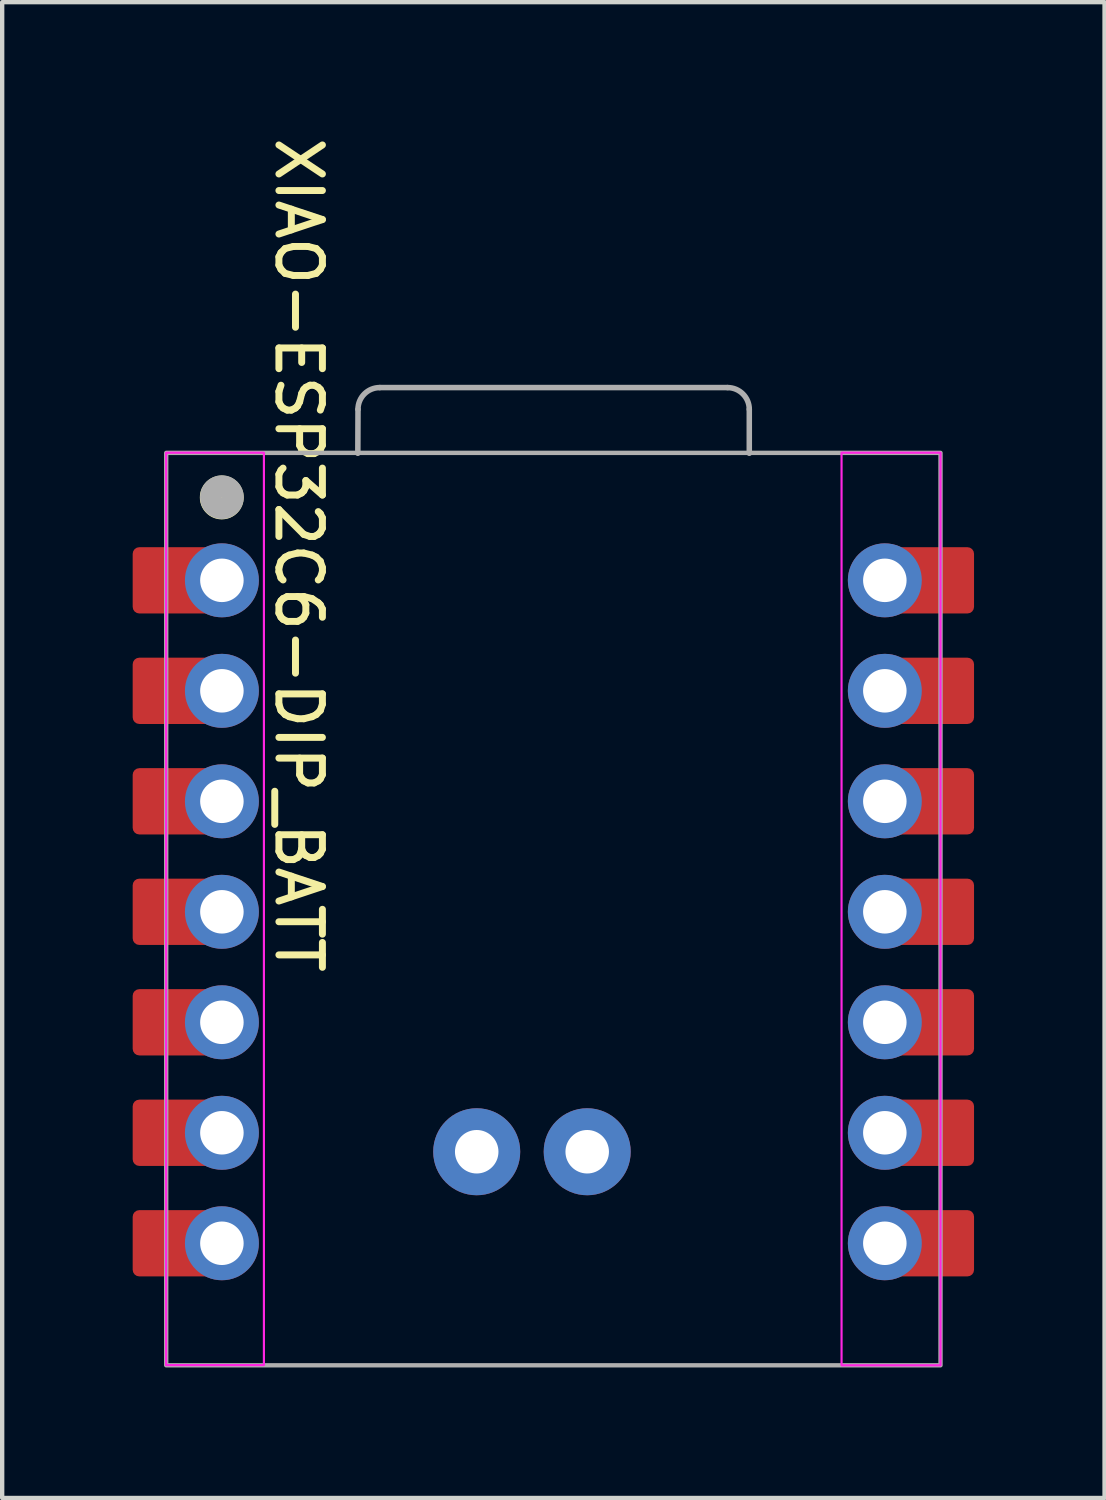
<source format=kicad_pcb>
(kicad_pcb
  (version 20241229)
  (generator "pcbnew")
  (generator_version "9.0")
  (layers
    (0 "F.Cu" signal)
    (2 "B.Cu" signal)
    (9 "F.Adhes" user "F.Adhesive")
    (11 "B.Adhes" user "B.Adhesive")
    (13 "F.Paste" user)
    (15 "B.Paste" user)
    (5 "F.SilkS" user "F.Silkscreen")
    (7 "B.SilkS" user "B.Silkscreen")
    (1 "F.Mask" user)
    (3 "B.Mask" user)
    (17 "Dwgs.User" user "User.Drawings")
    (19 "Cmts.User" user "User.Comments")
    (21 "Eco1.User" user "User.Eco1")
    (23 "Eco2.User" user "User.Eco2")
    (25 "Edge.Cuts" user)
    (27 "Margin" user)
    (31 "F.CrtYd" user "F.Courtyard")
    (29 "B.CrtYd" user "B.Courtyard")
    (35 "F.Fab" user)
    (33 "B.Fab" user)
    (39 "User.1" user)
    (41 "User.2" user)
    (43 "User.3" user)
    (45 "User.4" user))
  (footprint "XIAO-ESP32C6-DIP_BATT"
    (layer "F.Cu")
    (at 9.716 17.911)
    (property "Reference" "XIAO-ESP32C6-DIP_BATT" (at -5.9 -8.2 270) (unlocked yes) (layer "F.SilkS") (effects (font (size 1 1) (thickness 0.16))))
    (attr smd)
    (fp_circle (center -7.668 -9.525) (end -7.668 -9.779) (stroke (width 0.5) (type solid)) (fill yes) (layer "F.SilkS"))
    (fp_rect (start -8.947 -10.554) (end -6.699 10.421) (stroke (width 0.05) (type default)) (fill no) (layer "F.CrtYd"))
    (fp_rect (start 6.58 -10.554) (end 8.855 10.425) (stroke (width 0.05) (type default)) (fill no) (layer "F.CrtYd"))
    (fp_line (start -4.54 -10.541) (end -4.536 -11.551) (stroke (width 0.127) (type solid)) (layer "F.Fab"))
    (fp_line (start -4.036 -12.051) (end 3.959 -12.051) (stroke (width 0.127) (type solid)) (layer "F.Fab"))
    (fp_line (start 4.459 -11.551) (end 4.459 -10.541) (stroke (width 0.127) (type solid)) (layer "F.Fab"))
    (fp_rect (start -8.945 -10.55) (end 8.855 10.425) (stroke (width 0.1) (type default)) (fill no) (layer "F.Fab"))
    (fp_arc (start -4.536272 -11.551272) (mid -4.389728 -11.90464) (end -4.036272 -12.051) (stroke (width 0.127) (type solid)) (layer "F.Fab"))
    (fp_arc (start 3.959 -12.051) (mid 4.312553 -11.904553) (end 4.459 -11.551) (stroke (width 0.127) (type solid)) (layer "F.Fab"))
    (fp_circle (center -7.665 -9.531) (end -7.665 -9.785) (stroke (width 0.5) (type solid)) (fill no) (layer "F.Fab"))
    (pad "1" smd roundrect (at -8.5 -7.62 180) (size 2.432 1.524) (layers "F.Cu" "F.Mask") (roundrect_rratio 0.1))
    (pad "1" thru_hole circle (at -7.665 -7.62 180) (size 1.7 1.7) (drill 1) (layers "*.Cu" "*.Mask"))
    (pad "2" smd roundrect (at -8.5 -5.08 180) (size 2.432 1.524) (layers "F.Cu" "F.Mask") (roundrect_rratio 0.1))
    (pad "2" thru_hole circle (at -7.665 -5.08 180) (size 1.7 1.7) (drill 1) (layers "*.Cu" "*.Mask"))
    (pad "3" smd roundrect (at -8.5 -2.54 180) (size 2.432 1.524) (layers "F.Cu" "F.Mask") (roundrect_rratio 0.1))
    (pad "3" thru_hole circle (at -7.665 -2.54 180) (size 1.7 1.7) (drill 1) (layers "*.Cu" "*.Mask"))
    (pad "4" smd roundrect (at -8.5 0 180) (size 2.432 1.524) (layers "F.Cu" "F.Mask") (roundrect_rratio 0.1))
    (pad "4" thru_hole circle (at -7.665 0 180) (size 1.7 1.7) (drill 1) (layers "*.Cu" "*.Mask"))
    (pad "5" smd roundrect (at -8.5 2.54 180) (size 2.432 1.524) (layers "F.Cu" "F.Mask") (roundrect_rratio 0.1))
    (pad "5" thru_hole circle (at -7.665 2.54 180) (size 1.7 1.7) (drill 1) (layers "*.Cu" "*.Mask"))
    (pad "6" smd roundrect (at -8.5 5.08 180) (size 2.432 1.524) (layers "F.Cu" "F.Mask") (roundrect_rratio 0.1))
    (pad "6" thru_hole circle (at -7.665 5.08 180) (size 1.7 1.7) (drill 1) (layers "*.Cu" "*.Mask"))
    (pad "7" smd roundrect (at -8.5 7.62 180) (size 2.432 1.524) (layers "F.Cu" "F.Mask") (roundrect_rratio 0.1))
    (pad "7" thru_hole circle (at -7.665 7.62 180) (size 1.7 1.7) (drill 1) (layers "*.Cu" "*.Mask"))
    (pad "8" thru_hole circle (at 7.575 7.62) (size 1.7 1.7) (drill 1) (layers "*.Cu" "*.Mask"))
    (pad "8" smd roundrect (at 8.41 7.62) (size 2.432 1.524) (layers "F.Cu" "F.Mask") (roundrect_rratio 0.1))
    (pad "9" thru_hole circle (at 7.575 5.08) (size 1.7 1.7) (drill 1) (layers "*.Cu" "*.Mask"))
    (pad "9" smd roundrect (at 8.41 5.08) (size 2.432 1.524) (layers "F.Cu" "F.Mask") (roundrect_rratio 0.1))
    (pad "10" thru_hole circle (at 7.575 2.54) (size 1.7 1.7) (drill 1) (layers "*.Cu" "*.Mask"))
    (pad "10" smd roundrect (at 8.41 2.54) (size 2.432 1.524) (layers "F.Cu" "F.Mask") (roundrect_rratio 0.1))
    (pad "11" thru_hole circle (at 7.575 0) (size 1.7 1.7) (drill 1) (layers "*.Cu" "*.Mask"))
    (pad "11" smd roundrect (at 8.41 0) (size 2.432 1.524) (layers "F.Cu" "F.Mask") (roundrect_rratio 0.1))
    (pad "12" thru_hole circle (at 7.575 -2.54) (size 1.7 1.7) (drill 1) (layers "*.Cu" "*.Mask"))
    (pad "12" smd roundrect (at 8.41 -2.54) (size 2.432 1.524) (layers "F.Cu" "F.Mask") (roundrect_rratio 0.1))
    (pad "13" thru_hole circle (at 7.575 -5.08) (size 1.7 1.7) (drill 1) (layers "*.Cu" "*.Mask"))
    (pad "13" smd roundrect (at 8.41 -5.08) (size 2.432 1.524) (layers "F.Cu" "F.Mask") (roundrect_rratio 0.1))
    (pad "14" thru_hole circle (at 7.575 -7.62) (size 1.7 1.7) (drill 1) (layers "*.Cu" "*.Mask"))
    (pad "14" smd roundrect (at 8.41 -7.62) (size 2.432 1.524) (layers "F.Cu" "F.Mask") (roundrect_rratio 0.1))
    (pad "15" thru_hole circle (at -1.807 5.516 270) (size 2 2) (drill 1) (layers "*.Cu" "*.Mask"))
    (pad "16" thru_hole circle (at 0.733 5.516 270) (size 2 2) (drill 1) (layers "*.Cu" "*.Mask")))
  (gr_rect
    (start -3 -3)
    (end 22.342 31.386)
    (stroke (width 0.1) (type default))
    (fill no)
    (layer "Edge.Cuts")))
</source>
